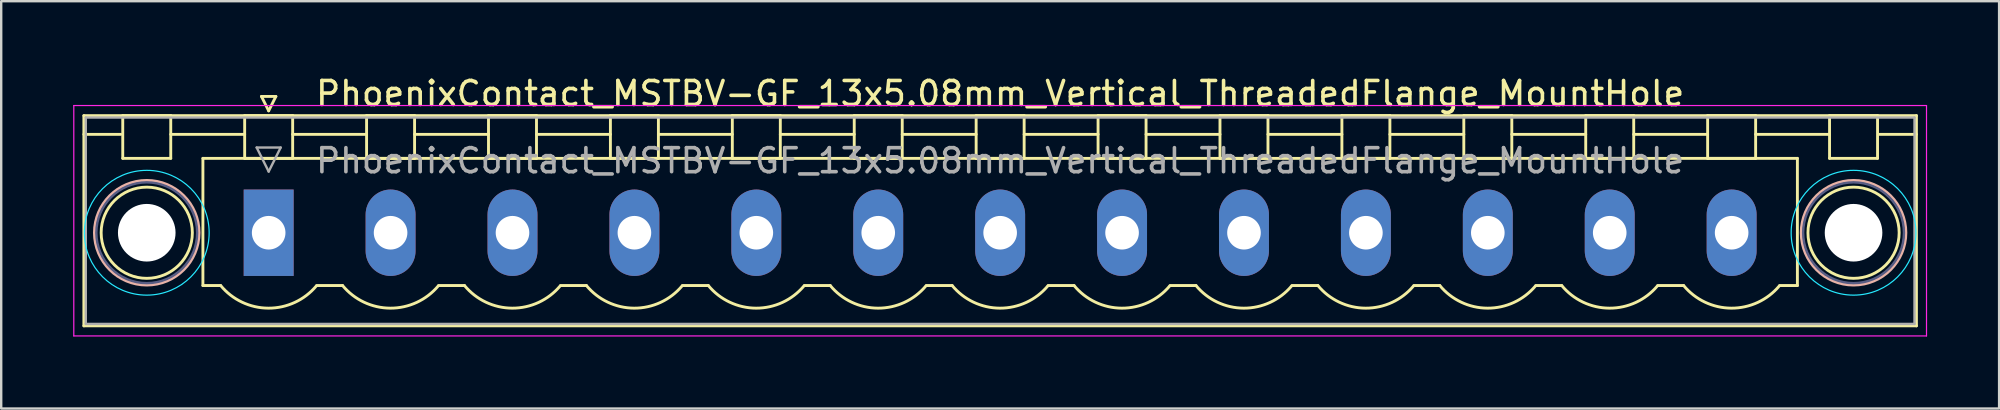
<source format=kicad_pcb>
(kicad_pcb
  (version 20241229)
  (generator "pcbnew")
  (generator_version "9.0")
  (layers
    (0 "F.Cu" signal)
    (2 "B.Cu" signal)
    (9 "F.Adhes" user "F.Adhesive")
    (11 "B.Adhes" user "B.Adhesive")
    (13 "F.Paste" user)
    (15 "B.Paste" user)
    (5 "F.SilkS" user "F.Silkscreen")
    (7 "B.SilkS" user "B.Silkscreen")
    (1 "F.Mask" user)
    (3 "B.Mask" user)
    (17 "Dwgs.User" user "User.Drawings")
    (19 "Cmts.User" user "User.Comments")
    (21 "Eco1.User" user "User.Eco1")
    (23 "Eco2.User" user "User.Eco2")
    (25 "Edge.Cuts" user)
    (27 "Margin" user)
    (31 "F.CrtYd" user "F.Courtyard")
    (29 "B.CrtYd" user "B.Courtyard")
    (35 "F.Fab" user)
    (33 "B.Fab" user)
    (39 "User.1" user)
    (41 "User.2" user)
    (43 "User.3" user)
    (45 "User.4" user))
  (footprint "PhoenixContact_MSTBV-GF_13x5.08mm_Vertical_ThreadedFlange_MountHole"
    (layer "F.Cu")
    (at 8.145 6.648)
    (property "Reference" "PhoenixContact_MSTBV-GF_13x5.08mm_Vertical_ThreadedFlange_MountHole" (at 30.48 -5.8 0) (layer "F.SilkS") (effects (font (size 1 1) (thickness 0.15))))
    (attr through_hole)
    (fp_line (start -7.7 -4.88) (end -7.7 3.88) (stroke (width 0.12) (type solid)) (layer "F.SilkS"))
    (fp_line (start -7.7 -4.1) (end -6.16 -4.1) (stroke (width 0.12) (type solid)) (layer "F.SilkS"))
    (fp_line (start -7.7 3.88) (end 68.66 3.88) (stroke (width 0.12) (type solid)) (layer "F.SilkS"))
    (fp_line (start -6.08 -4.88) (end -4.08 -4.88) (stroke (width 0.12) (type solid)) (layer "F.SilkS"))
    (fp_line (start -6.08 -3.1) (end -6.08 -4.88) (stroke (width 0.12) (type solid)) (layer "F.SilkS"))
    (fp_line (start -4.08 -4.88) (end -4.08 -3.1) (stroke (width 0.12) (type solid)) (layer "F.SilkS"))
    (fp_line (start -4.08 -4.1) (end -1 -4.1) (stroke (width 0.12) (type solid)) (layer "F.SilkS"))
    (fp_line (start -4.08 -3.1) (end -6.08 -3.1) (stroke (width 0.12) (type solid)) (layer "F.SilkS"))
    (fp_line (start -2.74 -3.1) (end 63.7 -3.1) (stroke (width 0.12) (type solid)) (layer "F.SilkS"))
    (fp_line (start -2.74 2.2) (end -2.74 -3.1) (stroke (width 0.12) (type solid)) (layer "F.SilkS"))
    (fp_line (start -2 2.2) (end -2.74 2.2) (stroke (width 0.12) (type solid)) (layer "F.SilkS"))
    (fp_line (start -1 -4.88) (end 1 -4.88) (stroke (width 0.12) (type solid)) (layer "F.SilkS"))
    (fp_line (start -1 -3.1) (end -1 -4.88) (stroke (width 0.12) (type solid)) (layer "F.SilkS"))
    (fp_line (start -0.3 -5.68) (end 0.3 -5.68) (stroke (width 0.12) (type solid)) (layer "F.SilkS"))
    (fp_line (start 0 -5.08) (end -0.3 -5.68) (stroke (width 0.12) (type solid)) (layer "F.SilkS"))
    (fp_line (start 0.3 -5.68) (end 0 -5.08) (stroke (width 0.12) (type solid)) (layer "F.SilkS"))
    (fp_line (start 1 -4.88) (end 1 -3.1) (stroke (width 0.12) (type solid)) (layer "F.SilkS"))
    (fp_line (start 1 -4.1) (end 4.08 -4.1) (stroke (width 0.12) (type solid)) (layer "F.SilkS"))
    (fp_line (start 1 -3.1) (end -1 -3.1) (stroke (width 0.12) (type solid)) (layer "F.SilkS"))
    (fp_line (start 2 2.2) (end 3.08 2.2) (stroke (width 0.12) (type solid)) (layer "F.SilkS"))
    (fp_line (start 4.08 -4.88) (end 6.08 -4.88) (stroke (width 0.12) (type solid)) (layer "F.SilkS"))
    (fp_line (start 4.08 -3.1) (end 4.08 -4.88) (stroke (width 0.12) (type solid)) (layer "F.SilkS"))
    (fp_line (start 6.08 -4.88) (end 6.08 -3.1) (stroke (width 0.12) (type solid)) (layer "F.SilkS"))
    (fp_line (start 6.08 -4.1) (end 9.16 -4.1) (stroke (width 0.12) (type solid)) (layer "F.SilkS"))
    (fp_line (start 6.08 -3.1) (end 4.08 -3.1) (stroke (width 0.12) (type solid)) (layer "F.SilkS"))
    (fp_line (start 7.08 2.2) (end 8.16 2.2) (stroke (width 0.12) (type solid)) (layer "F.SilkS"))
    (fp_line (start 9.16 -4.88) (end 11.16 -4.88) (stroke (width 0.12) (type solid)) (layer "F.SilkS"))
    (fp_line (start 9.16 -3.1) (end 9.16 -4.88) (stroke (width 0.12) (type solid)) (layer "F.SilkS"))
    (fp_line (start 11.16 -4.88) (end 11.16 -3.1) (stroke (width 0.12) (type solid)) (layer "F.SilkS"))
    (fp_line (start 11.16 -4.1) (end 14.24 -4.1) (stroke (width 0.12) (type solid)) (layer "F.SilkS"))
    (fp_line (start 11.16 -3.1) (end 9.16 -3.1) (stroke (width 0.12) (type solid)) (layer "F.SilkS"))
    (fp_line (start 12.16 2.2) (end 13.24 2.2) (stroke (width 0.12) (type solid)) (layer "F.SilkS"))
    (fp_line (start 14.24 -4.88) (end 16.24 -4.88) (stroke (width 0.12) (type solid)) (layer "F.SilkS"))
    (fp_line (start 14.24 -3.1) (end 14.24 -4.88) (stroke (width 0.12) (type solid)) (layer "F.SilkS"))
    (fp_line (start 16.24 -4.88) (end 16.24 -3.1) (stroke (width 0.12) (type solid)) (layer "F.SilkS"))
    (fp_line (start 16.24 -4.1) (end 19.32 -4.1) (stroke (width 0.12) (type solid)) (layer "F.SilkS"))
    (fp_line (start 16.24 -3.1) (end 14.24 -3.1) (stroke (width 0.12) (type solid)) (layer "F.SilkS"))
    (fp_line (start 17.24 2.2) (end 18.32 2.2) (stroke (width 0.12) (type solid)) (layer "F.SilkS"))
    (fp_line (start 19.32 -4.88) (end 21.32 -4.88) (stroke (width 0.12) (type solid)) (layer "F.SilkS"))
    (fp_line (start 19.32 -3.1) (end 19.32 -4.88) (stroke (width 0.12) (type solid)) (layer "F.SilkS"))
    (fp_line (start 21.32 -4.88) (end 21.32 -3.1) (stroke (width 0.12) (type solid)) (layer "F.SilkS"))
    (fp_line (start 21.32 -4.1) (end 24.4 -4.1) (stroke (width 0.12) (type solid)) (layer "F.SilkS"))
    (fp_line (start 21.32 -3.1) (end 19.32 -3.1) (stroke (width 0.12) (type solid)) (layer "F.SilkS"))
    (fp_line (start 22.32 2.2) (end 23.4 2.2) (stroke (width 0.12) (type solid)) (layer "F.SilkS"))
    (fp_line (start 24.4 -4.88) (end 26.4 -4.88) (stroke (width 0.12) (type solid)) (layer "F.SilkS"))
    (fp_line (start 24.4 -3.1) (end 24.4 -4.88) (stroke (width 0.12) (type solid)) (layer "F.SilkS"))
    (fp_line (start 26.4 -4.88) (end 26.4 -3.1) (stroke (width 0.12) (type solid)) (layer "F.SilkS"))
    (fp_line (start 26.4 -4.1) (end 29.48 -4.1) (stroke (width 0.12) (type solid)) (layer "F.SilkS"))
    (fp_line (start 26.4 -3.1) (end 24.4 -3.1) (stroke (width 0.12) (type solid)) (layer "F.SilkS"))
    (fp_line (start 27.4 2.2) (end 28.48 2.2) (stroke (width 0.12) (type solid)) (layer "F.SilkS"))
    (fp_line (start 29.48 -4.88) (end 31.48 -4.88) (stroke (width 0.12) (type solid)) (layer "F.SilkS"))
    (fp_line (start 29.48 -3.1) (end 29.48 -4.88) (stroke (width 0.12) (type solid)) (layer "F.SilkS"))
    (fp_line (start 31.48 -4.88) (end 31.48 -3.1) (stroke (width 0.12) (type solid)) (layer "F.SilkS"))
    (fp_line (start 31.48 -4.1) (end 34.56 -4.1) (stroke (width 0.12) (type solid)) (layer "F.SilkS"))
    (fp_line (start 31.48 -3.1) (end 29.48 -3.1) (stroke (width 0.12) (type solid)) (layer "F.SilkS"))
    (fp_line (start 32.48 2.2) (end 33.56 2.2) (stroke (width 0.12) (type solid)) (layer "F.SilkS"))
    (fp_line (start 34.56 -4.88) (end 36.56 -4.88) (stroke (width 0.12) (type solid)) (layer "F.SilkS"))
    (fp_line (start 34.56 -3.1) (end 34.56 -4.88) (stroke (width 0.12) (type solid)) (layer "F.SilkS"))
    (fp_line (start 36.56 -4.88) (end 36.56 -3.1) (stroke (width 0.12) (type solid)) (layer "F.SilkS"))
    (fp_line (start 36.56 -4.1) (end 39.64 -4.1) (stroke (width 0.12) (type solid)) (layer "F.SilkS"))
    (fp_line (start 36.56 -3.1) (end 34.56 -3.1) (stroke (width 0.12) (type solid)) (layer "F.SilkS"))
    (fp_line (start 37.56 2.2) (end 38.64 2.2) (stroke (width 0.12) (type solid)) (layer "F.SilkS"))
    (fp_line (start 39.64 -4.88) (end 41.64 -4.88) (stroke (width 0.12) (type solid)) (layer "F.SilkS"))
    (fp_line (start 39.64 -3.1) (end 39.64 -4.88) (stroke (width 0.12) (type solid)) (layer "F.SilkS"))
    (fp_line (start 41.64 -4.88) (end 41.64 -3.1) (stroke (width 0.12) (type solid)) (layer "F.SilkS"))
    (fp_line (start 41.64 -4.1) (end 44.72 -4.1) (stroke (width 0.12) (type solid)) (layer "F.SilkS"))
    (fp_line (start 41.64 -3.1) (end 39.64 -3.1) (stroke (width 0.12) (type solid)) (layer "F.SilkS"))
    (fp_line (start 42.64 2.2) (end 43.72 2.2) (stroke (width 0.12) (type solid)) (layer "F.SilkS"))
    (fp_line (start 44.72 -4.88) (end 46.72 -4.88) (stroke (width 0.12) (type solid)) (layer "F.SilkS"))
    (fp_line (start 44.72 -3.1) (end 44.72 -4.88) (stroke (width 0.12) (type solid)) (layer "F.SilkS"))
    (fp_line (start 46.72 -4.88) (end 46.72 -3.1) (stroke (width 0.12) (type solid)) (layer "F.SilkS"))
    (fp_line (start 46.72 -4.1) (end 49.8 -4.1) (stroke (width 0.12) (type solid)) (layer "F.SilkS"))
    (fp_line (start 46.72 -3.1) (end 44.72 -3.1) (stroke (width 0.12) (type solid)) (layer "F.SilkS"))
    (fp_line (start 47.72 2.2) (end 48.8 2.2) (stroke (width 0.12) (type solid)) (layer "F.SilkS"))
    (fp_line (start 49.8 -4.88) (end 51.8 -4.88) (stroke (width 0.12) (type solid)) (layer "F.SilkS"))
    (fp_line (start 49.8 -3.1) (end 49.8 -4.88) (stroke (width 0.12) (type solid)) (layer "F.SilkS"))
    (fp_line (start 51.8 -4.88) (end 51.8 -3.1) (stroke (width 0.12) (type solid)) (layer "F.SilkS"))
    (fp_line (start 51.8 -4.1) (end 54.88 -4.1) (stroke (width 0.12) (type solid)) (layer "F.SilkS"))
    (fp_line (start 51.8 -3.1) (end 49.8 -3.1) (stroke (width 0.12) (type solid)) (layer "F.SilkS"))
    (fp_line (start 52.8 2.2) (end 53.88 2.2) (stroke (width 0.12) (type solid)) (layer "F.SilkS"))
    (fp_line (start 54.88 -4.88) (end 56.88 -4.88) (stroke (width 0.12) (type solid)) (layer "F.SilkS"))
    (fp_line (start 54.88 -3.1) (end 54.88 -4.88) (stroke (width 0.12) (type solid)) (layer "F.SilkS"))
    (fp_line (start 56.88 -4.88) (end 56.88 -3.1) (stroke (width 0.12) (type solid)) (layer "F.SilkS"))
    (fp_line (start 56.88 -4.1) (end 59.96 -4.1) (stroke (width 0.12) (type solid)) (layer "F.SilkS"))
    (fp_line (start 56.88 -3.1) (end 54.88 -3.1) (stroke (width 0.12) (type solid)) (layer "F.SilkS"))
    (fp_line (start 57.88 2.2) (end 58.96 2.2) (stroke (width 0.12) (type solid)) (layer "F.SilkS"))
    (fp_line (start 59.96 -4.88) (end 61.96 -4.88) (stroke (width 0.12) (type solid)) (layer "F.SilkS"))
    (fp_line (start 59.96 -3.1) (end 59.96 -4.88) (stroke (width 0.12) (type solid)) (layer "F.SilkS"))
    (fp_line (start 61.96 -4.88) (end 61.96 -3.1) (stroke (width 0.12) (type solid)) (layer "F.SilkS"))
    (fp_line (start 61.96 -4.1) (end 65.04 -4.1) (stroke (width 0.12) (type solid)) (layer "F.SilkS"))
    (fp_line (start 61.96 -3.1) (end 59.96 -3.1) (stroke (width 0.12) (type solid)) (layer "F.SilkS"))
    (fp_line (start 63.7 -3.1) (end 63.7 2.2) (stroke (width 0.12) (type solid)) (layer "F.SilkS"))
    (fp_line (start 63.7 2.2) (end 62.96 2.2) (stroke (width 0.12) (type solid)) (layer "F.SilkS"))
    (fp_line (start 65.04 -4.88) (end 67.04 -4.88) (stroke (width 0.12) (type solid)) (layer "F.SilkS"))
    (fp_line (start 65.04 -3.1) (end 65.04 -4.88) (stroke (width 0.12) (type solid)) (layer "F.SilkS"))
    (fp_line (start 67.04 -4.88) (end 67.04 -3.1) (stroke (width 0.12) (type solid)) (layer "F.SilkS"))
    (fp_line (start 67.04 -3.1) (end 65.04 -3.1) (stroke (width 0.12) (type solid)) (layer "F.SilkS"))
    (fp_line (start 68.66 -4.88) (end -7.7 -4.88) (stroke (width 0.12) (type solid)) (layer "F.SilkS"))
    (fp_line (start 68.66 -4.1) (end 67.12 -4.1) (stroke (width 0.12) (type solid)) (layer "F.SilkS"))
    (fp_line (start 68.66 3.88) (end 68.66 -4.88) (stroke (width 0.12) (type solid)) (layer "F.SilkS"))
    (fp_arc (start 1.986842 2.215821) (mid -0.010289 3.142758) (end -2 2.2) (stroke (width 0.12) (type solid)) (layer "F.SilkS"))
    (fp_arc (start 7.066842 2.215821) (mid 5.069711 3.142758) (end 3.08 2.2) (stroke (width 0.12) (type solid)) (layer "F.SilkS"))
    (fp_arc (start 12.146842 2.215821) (mid 10.149711 3.142758) (end 8.16 2.2) (stroke (width 0.12) (type solid)) (layer "F.SilkS"))
    (fp_arc (start 17.226842 2.215821) (mid 15.229711 3.142758) (end 13.24 2.2) (stroke (width 0.12) (type solid)) (layer "F.SilkS"))
    (fp_arc (start 22.306842 2.215821) (mid 20.309711 3.142758) (end 18.32 2.2) (stroke (width 0.12) (type solid)) (layer "F.SilkS"))
    (fp_arc (start 27.386842 2.215821) (mid 25.389711 3.142758) (end 23.4 2.2) (stroke (width 0.12) (type solid)) (layer "F.SilkS"))
    (fp_arc (start 32.466842 2.215821) (mid 30.469711 3.142758) (end 28.48 2.2) (stroke (width 0.12) (type solid)) (layer "F.SilkS"))
    (fp_arc (start 37.546842 2.215821) (mid 35.549711 3.142758) (end 33.56 2.2) (stroke (width 0.12) (type solid)) (layer "F.SilkS"))
    (fp_arc (start 42.626842 2.215821) (mid 40.629711 3.142758) (end 38.64 2.2) (stroke (width 0.12) (type solid)) (layer "F.SilkS"))
    (fp_arc (start 47.706842 2.215821) (mid 45.709711 3.142758) (end 43.72 2.2) (stroke (width 0.12) (type solid)) (layer "F.SilkS"))
    (fp_arc (start 52.786842 2.215821) (mid 50.789711 3.142758) (end 48.8 2.2) (stroke (width 0.12) (type solid)) (layer "F.SilkS"))
    (fp_arc (start 57.866842 2.215821) (mid 55.869711 3.142758) (end 53.88 2.2) (stroke (width 0.12) (type solid)) (layer "F.SilkS"))
    (fp_arc (start 62.946842 2.215821) (mid 60.949711 3.142758) (end 58.96 2.2) (stroke (width 0.12) (type solid)) (layer "F.SilkS"))
    (fp_circle (center -5.08 0) (end -3.18 0) (stroke (width 0.12) (type solid)) (fill no) (layer "F.SilkS"))
    (fp_circle (center 66.04 0) (end 67.94 0) (stroke (width 0.12) (type solid)) (fill no) (layer "F.SilkS"))
    (fp_circle (center -5.08 0) (end -2.9 0) (stroke (width 0.12) (type solid)) (fill no) (layer "B.SilkS"))
    (fp_circle (center 66.04 0) (end 68.22 0) (stroke (width 0.12) (type solid)) (fill no) (layer "B.SilkS"))
    (fp_circle (center -5.08 0) (end -2.48 0) (stroke (width 0.05) (type solid)) (fill no) (layer "B.CrtYd"))
    (fp_circle (center 66.04 0) (end 68.64 0) (stroke (width 0.05) (type solid)) (fill no) (layer "B.CrtYd"))
    (fp_line (start -8.12 -5.3) (end -8.12 4.3) (stroke (width 0.05) (type solid)) (layer "F.CrtYd"))
    (fp_line (start -8.12 4.3) (end 69.08 4.3) (stroke (width 0.05) (type solid)) (layer "F.CrtYd"))
    (fp_line (start 69.08 -5.3) (end -8.12 -5.3) (stroke (width 0.05) (type solid)) (layer "F.CrtYd"))
    (fp_line (start 69.08 4.3) (end 69.08 -5.3) (stroke (width 0.05) (type solid)) (layer "F.CrtYd"))
    (fp_circle (center -5.08 0) (end -2.98 0) (stroke (width 0.1) (type solid)) (fill no) (layer "B.Fab"))
    (fp_circle (center 66.04 0) (end 68.14 0) (stroke (width 0.1) (type solid)) (fill no) (layer "B.Fab"))
    (fp_line (start -7.62 -4.8) (end -7.62 3.8) (stroke (width 0.1) (type solid)) (layer "F.Fab"))
    (fp_line (start -7.62 3.8) (end 68.58 3.8) (stroke (width 0.1) (type solid)) (layer "F.Fab"))
    (fp_line (start -0.5 -3.55) (end 0.5 -3.55) (stroke (width 0.1) (type solid)) (layer "F.Fab"))
    (fp_line (start 0 -2.55) (end -0.5 -3.55) (stroke (width 0.1) (type solid)) (layer "F.Fab"))
    (fp_line (start 0.5 -3.55) (end 0 -2.55) (stroke (width 0.1) (type solid)) (layer "F.Fab"))
    (fp_line (start 68.58 -4.8) (end -7.62 -4.8) (stroke (width 0.1) (type solid)) (layer "F.Fab"))
    (fp_line (start 68.58 3.8) (end 68.58 -4.8) (stroke (width 0.1) (type solid)) (layer "F.Fab"))
    (fp_text user "${REFERENCE}" (at 30.48 -3 0) (layer "F.Fab") (effects (font (size 1 1) (thickness 0.15))))
    (pad "" np_thru_hole circle (at -5.08 0) (size 2.4 2.4) (drill 2.4) (layers "*.Cu" "*.Mask"))
    (pad "" np_thru_hole circle (at 66.04 0) (size 2.4 2.4) (drill 2.4) (layers "*.Cu" "*.Mask"))
    (pad "1" thru_hole rect (at 0 0) (size 2.08 3.6) (drill 1.4) (layers "*.Cu" "*.Mask"))
    (pad "2" thru_hole oval (at 5.08 0) (size 2.08 3.6) (drill 1.4) (layers "*.Cu" "*.Mask"))
    (pad "3" thru_hole oval (at 10.16 0) (size 2.08 3.6) (drill 1.4) (layers "*.Cu" "*.Mask"))
    (pad "4" thru_hole oval (at 15.24 0) (size 2.08 3.6) (drill 1.4) (layers "*.Cu" "*.Mask"))
    (pad "5" thru_hole oval (at 20.32 0) (size 2.08 3.6) (drill 1.4) (layers "*.Cu" "*.Mask"))
    (pad "6" thru_hole oval (at 25.4 0) (size 2.08 3.6) (drill 1.4) (layers "*.Cu" "*.Mask"))
    (pad "7" thru_hole oval (at 30.48 0) (size 2.08 3.6) (drill 1.4) (layers "*.Cu" "*.Mask"))
    (pad "8" thru_hole oval (at 35.56 0) (size 2.08 3.6) (drill 1.4) (layers "*.Cu" "*.Mask"))
    (pad "9" thru_hole oval (at 40.64 0) (size 2.08 3.6) (drill 1.4) (layers "*.Cu" "*.Mask"))
    (pad "10" thru_hole oval (at 45.72 0) (size 2.08 3.6) (drill 1.4) (layers "*.Cu" "*.Mask"))
    (pad "11" thru_hole oval (at 50.8 0) (size 2.08 3.6) (drill 1.4) (layers "*.Cu" "*.Mask"))
    (pad "12" thru_hole oval (at 55.88 0) (size 2.08 3.6) (drill 1.4) (layers "*.Cu" "*.Mask"))
    (pad "13" thru_hole oval (at 60.96 0) (size 2.08 3.6) (drill 1.4) (layers "*.Cu" "*.Mask")))
  (gr_rect
    (start -3 -3)
    (end 80.25 13.973)
    (stroke (width 0.1) (type default))
    (fill no)
    (layer "Edge.Cuts")))
</source>
